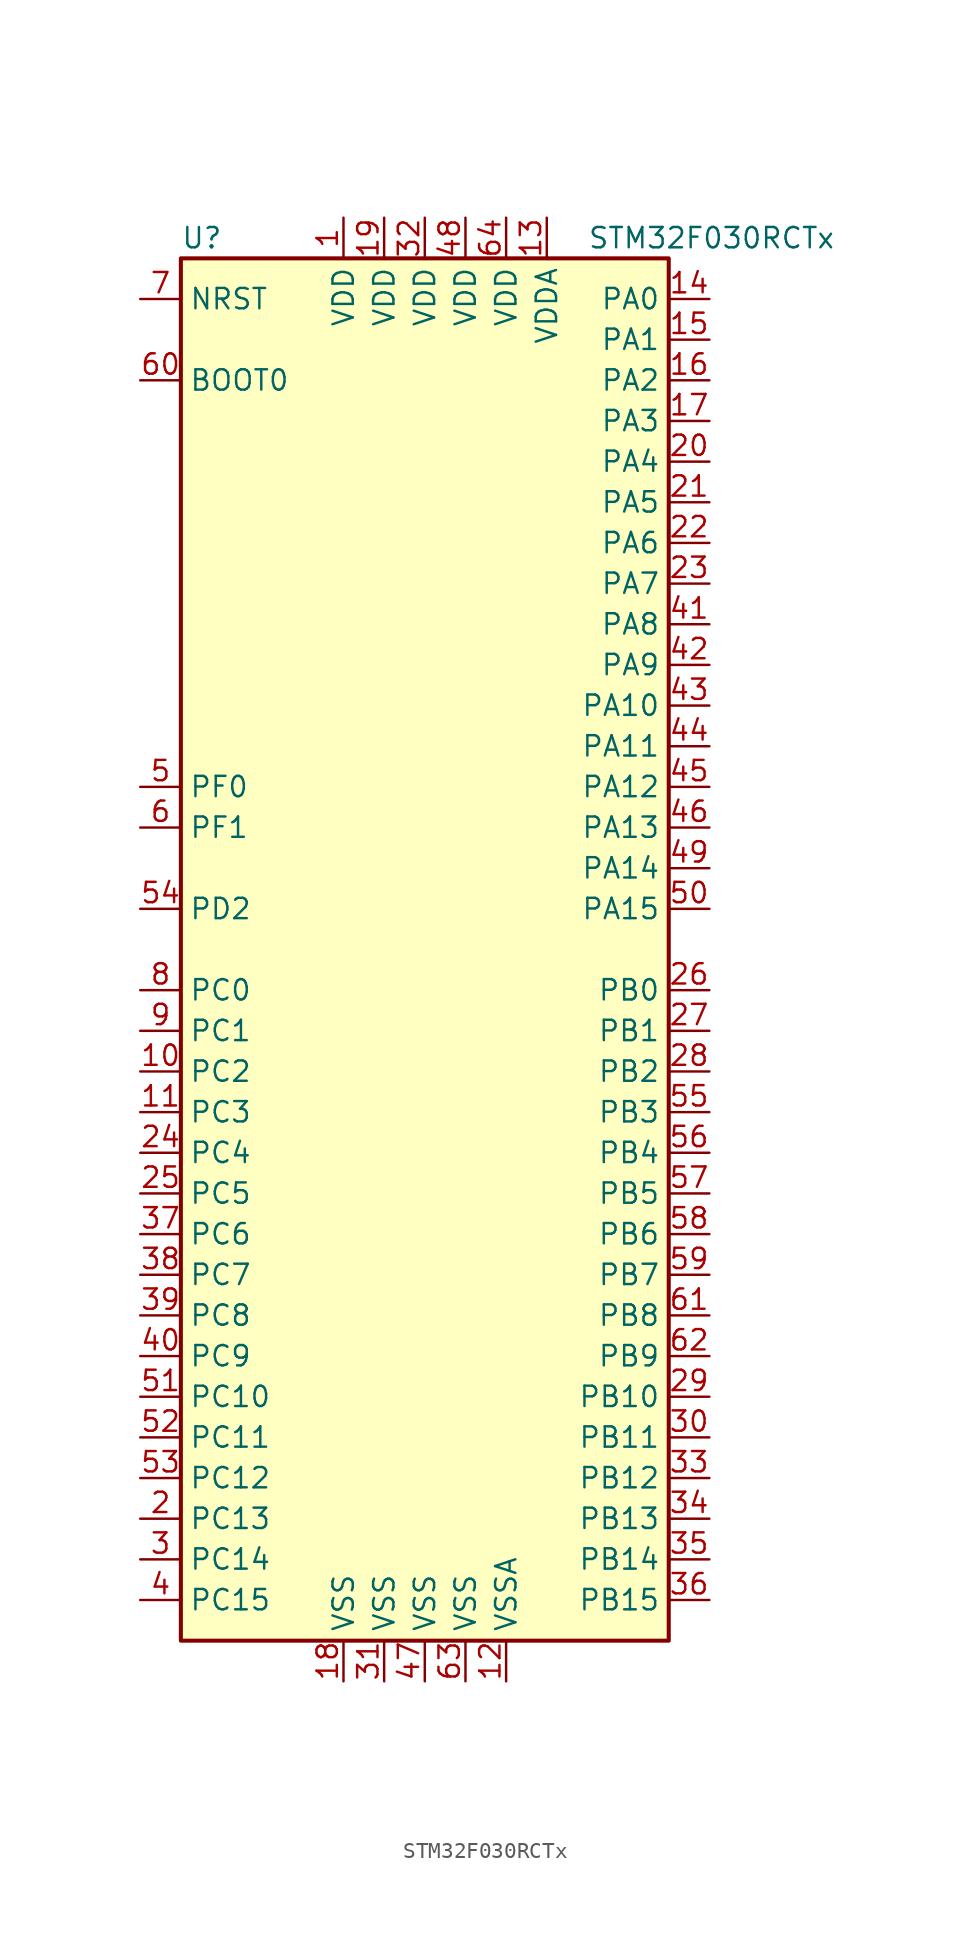
<source format=kicad_sym>
(kicad_symbol_lib
  (version 20201005)
  (generator kicad_symbol_editor)
  (symbol "STM32F030RCTx"
    (property "Reference" "U"
      (at -15.24 44.45 0)
      (effects (font (size 1.27 1.27)) (justify left)))
    (property "Value" "STM32F030RCTx"
      (at 10.16 44.45 0)
      (effects (font (size 1.27 1.27)) (justify left)))
    (symbol "STM32F030RCTx_0_1"
      (rectangle (start -15.24 -43.18) (end 15.24 43.18) (stroke (width 0.254)) (fill (type background))))
    (symbol "STM32F030RCTx_1_1"
      (pin input line (at -17.78 35.56 0) (length 2.54) (name "BOOT0" (effects (font (size 1.27 1.27)))) (number "60" (effects (font (size 1.27 1.27)))))
      (pin input line (at -17.78 40.64 0) (length 2.54) (name "NRST" (effects (font (size 1.27 1.27)))) (number "7" (effects (font (size 1.27 1.27)))))
      (pin bidirectional line (at 17.78 40.64 180) (length 2.54) (name "PA0" (effects (font (size 1.27 1.27)))) (number "14" (effects (font (size 1.27 1.27)))))
      (pin bidirectional line (at 17.78 38.1 180) (length 2.54) (name "PA1" (effects (font (size 1.27 1.27)))) (number "15" (effects (font (size 1.27 1.27)))))
      (pin bidirectional line (at 17.78 15.24 180) (length 2.54) (name "PA10" (effects (font (size 1.27 1.27)))) (number "43" (effects (font (size 1.27 1.27)))))
      (pin bidirectional line (at 17.78 12.7 180) (length 2.54) (name "PA11" (effects (font (size 1.27 1.27)))) (number "44" (effects (font (size 1.27 1.27)))))
      (pin bidirectional line (at 17.78 10.16 180) (length 2.54) (name "PA12" (effects (font (size 1.27 1.27)))) (number "45" (effects (font (size 1.27 1.27)))))
      (pin bidirectional line (at 17.78 7.62 180) (length 2.54) (name "PA13" (effects (font (size 1.27 1.27)))) (number "46" (effects (font (size 1.27 1.27)))))
      (pin bidirectional line (at 17.78 5.08 180) (length 2.54) (name "PA14" (effects (font (size 1.27 1.27)))) (number "49" (effects (font (size 1.27 1.27)))))
      (pin bidirectional line (at 17.78 2.54 180) (length 2.54) (name "PA15" (effects (font (size 1.27 1.27)))) (number "50" (effects (font (size 1.27 1.27)))))
      (pin bidirectional line (at 17.78 35.56 180) (length 2.54) (name "PA2" (effects (font (size 1.27 1.27)))) (number "16" (effects (font (size 1.27 1.27)))))
      (pin bidirectional line (at 17.78 33.02 180) (length 2.54) (name "PA3" (effects (font (size 1.27 1.27)))) (number "17" (effects (font (size 1.27 1.27)))))
      (pin bidirectional line (at 17.78 30.48 180) (length 2.54) (name "PA4" (effects (font (size 1.27 1.27)))) (number "20" (effects (font (size 1.27 1.27)))))
      (pin bidirectional line (at 17.78 27.94 180) (length 2.54) (name "PA5" (effects (font (size 1.27 1.27)))) (number "21" (effects (font (size 1.27 1.27)))))
      (pin bidirectional line (at 17.78 25.4 180) (length 2.54) (name "PA6" (effects (font (size 1.27 1.27)))) (number "22" (effects (font (size 1.27 1.27)))))
      (pin bidirectional line (at 17.78 22.86 180) (length 2.54) (name "PA7" (effects (font (size 1.27 1.27)))) (number "23" (effects (font (size 1.27 1.27)))))
      (pin bidirectional line (at 17.78 20.32 180) (length 2.54) (name "PA8" (effects (font (size 1.27 1.27)))) (number "41" (effects (font (size 1.27 1.27)))))
      (pin bidirectional line (at 17.78 17.78 180) (length 2.54) (name "PA9" (effects (font (size 1.27 1.27)))) (number "42" (effects (font (size 1.27 1.27)))))
      (pin bidirectional line (at 17.78 -2.54 180) (length 2.54) (name "PB0" (effects (font (size 1.27 1.27)))) (number "26" (effects (font (size 1.27 1.27)))))
      (pin bidirectional line (at 17.78 -5.08 180) (length 2.54) (name "PB1" (effects (font (size 1.27 1.27)))) (number "27" (effects (font (size 1.27 1.27)))))
      (pin bidirectional line (at 17.78 -27.94 180) (length 2.54) (name "PB10" (effects (font (size 1.27 1.27)))) (number "29" (effects (font (size 1.27 1.27)))))
      (pin bidirectional line (at 17.78 -30.48 180) (length 2.54) (name "PB11" (effects (font (size 1.27 1.27)))) (number "30" (effects (font (size 1.27 1.27)))))
      (pin bidirectional line (at 17.78 -33.02 180) (length 2.54) (name "PB12" (effects (font (size 1.27 1.27)))) (number "33" (effects (font (size 1.27 1.27)))))
      (pin bidirectional line (at 17.78 -35.56 180) (length 2.54) (name "PB13" (effects (font (size 1.27 1.27)))) (number "34" (effects (font (size 1.27 1.27)))))
      (pin bidirectional line (at 17.78 -38.1 180) (length 2.54) (name "PB14" (effects (font (size 1.27 1.27)))) (number "35" (effects (font (size 1.27 1.27)))))
      (pin bidirectional line (at 17.78 -40.64 180) (length 2.54) (name "PB15" (effects (font (size 1.27 1.27)))) (number "36" (effects (font (size 1.27 1.27)))))
      (pin bidirectional line (at 17.78 -7.62 180) (length 2.54) (name "PB2" (effects (font (size 1.27 1.27)))) (number "28" (effects (font (size 1.27 1.27)))))
      (pin bidirectional line (at 17.78 -10.16 180) (length 2.54) (name "PB3" (effects (font (size 1.27 1.27)))) (number "55" (effects (font (size 1.27 1.27)))))
      (pin bidirectional line (at 17.78 -12.7 180) (length 2.54) (name "PB4" (effects (font (size 1.27 1.27)))) (number "56" (effects (font (size 1.27 1.27)))))
      (pin bidirectional line (at 17.78 -15.24 180) (length 2.54) (name "PB5" (effects (font (size 1.27 1.27)))) (number "57" (effects (font (size 1.27 1.27)))))
      (pin bidirectional line (at 17.78 -17.78 180) (length 2.54) (name "PB6" (effects (font (size 1.27 1.27)))) (number "58" (effects (font (size 1.27 1.27)))))
      (pin bidirectional line (at 17.78 -20.32 180) (length 2.54) (name "PB7" (effects (font (size 1.27 1.27)))) (number "59" (effects (font (size 1.27 1.27)))))
      (pin bidirectional line (at 17.78 -22.86 180) (length 2.54) (name "PB8" (effects (font (size 1.27 1.27)))) (number "61" (effects (font (size 1.27 1.27)))))
      (pin bidirectional line (at 17.78 -25.4 180) (length 2.54) (name "PB9" (effects (font (size 1.27 1.27)))) (number "62" (effects (font (size 1.27 1.27)))))
      (pin bidirectional line (at -17.78 -2.54 0) (length 2.54) (name "PC0" (effects (font (size 1.27 1.27)))) (number "8" (effects (font (size 1.27 1.27)))))
      (pin bidirectional line (at -17.78 -5.08 0) (length 2.54) (name "PC1" (effects (font (size 1.27 1.27)))) (number "9" (effects (font (size 1.27 1.27)))))
      (pin bidirectional line (at -17.78 -27.94 0) (length 2.54) (name "PC10" (effects (font (size 1.27 1.27)))) (number "51" (effects (font (size 1.27 1.27)))))
      (pin bidirectional line (at -17.78 -30.48 0) (length 2.54) (name "PC11" (effects (font (size 1.27 1.27)))) (number "52" (effects (font (size 1.27 1.27)))))
      (pin bidirectional line (at -17.78 -33.02 0) (length 2.54) (name "PC12" (effects (font (size 1.27 1.27)))) (number "53" (effects (font (size 1.27 1.27)))))
      (pin bidirectional line (at -17.78 -35.56 0) (length 2.54) (name "PC13" (effects (font (size 1.27 1.27)))) (number "2" (effects (font (size 1.27 1.27)))))
      (pin bidirectional line (at -17.78 -38.1 0) (length 2.54) (name "PC14" (effects (font (size 1.27 1.27)))) (number "3" (effects (font (size 1.27 1.27)))))
      (pin bidirectional line (at -17.78 -40.64 0) (length 2.54) (name "PC15" (effects (font (size 1.27 1.27)))) (number "4" (effects (font (size 1.27 1.27)))))
      (pin bidirectional line (at -17.78 -7.62 0) (length 2.54) (name "PC2" (effects (font (size 1.27 1.27)))) (number "10" (effects (font (size 1.27 1.27)))))
      (pin bidirectional line (at -17.78 -10.16 0) (length 2.54) (name "PC3" (effects (font (size 1.27 1.27)))) (number "11" (effects (font (size 1.27 1.27)))))
      (pin bidirectional line (at -17.78 -12.7 0) (length 2.54) (name "PC4" (effects (font (size 1.27 1.27)))) (number "24" (effects (font (size 1.27 1.27)))))
      (pin bidirectional line (at -17.78 -15.24 0) (length 2.54) (name "PC5" (effects (font (size 1.27 1.27)))) (number "25" (effects (font (size 1.27 1.27)))))
      (pin bidirectional line (at -17.78 -17.78 0) (length 2.54) (name "PC6" (effects (font (size 1.27 1.27)))) (number "37" (effects (font (size 1.27 1.27)))))
      (pin bidirectional line (at -17.78 -20.32 0) (length 2.54) (name "PC7" (effects (font (size 1.27 1.27)))) (number "38" (effects (font (size 1.27 1.27)))))
      (pin bidirectional line (at -17.78 -22.86 0) (length 2.54) (name "PC8" (effects (font (size 1.27 1.27)))) (number "39" (effects (font (size 1.27 1.27)))))
      (pin bidirectional line (at -17.78 -25.4 0) (length 2.54) (name "PC9" (effects (font (size 1.27 1.27)))) (number "40" (effects (font (size 1.27 1.27)))))
      (pin bidirectional line (at -17.78 2.54 0) (length 2.54) (name "PD2" (effects (font (size 1.27 1.27)))) (number "54" (effects (font (size 1.27 1.27)))))
      (pin input line (at -17.78 10.16 0) (length 2.54) (name "PF0" (effects (font (size 1.27 1.27)))) (number "5" (effects (font (size 1.27 1.27)))))
      (pin input line (at -17.78 7.62 0) (length 2.54) (name "PF1" (effects (font (size 1.27 1.27)))) (number "6" (effects (font (size 1.27 1.27)))))
      (pin power_in line (at -5.08 45.72 270) (length 2.54) (name "VDD" (effects (font (size 1.27 1.27)))) (number "1" (effects (font (size 1.27 1.27)))))
      (pin power_in line (at -2.54 45.72 270) (length 2.54) (name "VDD" (effects (font (size 1.27 1.27)))) (number "19" (effects (font (size 1.27 1.27)))))
      (pin power_in line (at 0 45.72 270) (length 2.54) (name "VDD" (effects (font (size 1.27 1.27)))) (number "32" (effects (font (size 1.27 1.27)))))
      (pin power_in line (at 2.54 45.72 270) (length 2.54) (name "VDD" (effects (font (size 1.27 1.27)))) (number "48" (effects (font (size 1.27 1.27)))))
      (pin power_in line (at 5.08 45.72 270) (length 2.54) (name "VDD" (effects (font (size 1.27 1.27)))) (number "64" (effects (font (size 1.27 1.27)))))
      (pin power_in line (at 7.62 45.72 270) (length 2.54) (name "VDDA" (effects (font (size 1.27 1.27)))) (number "13" (effects (font (size 1.27 1.27)))))
      (pin power_in line (at -5.08 -45.72 90) (length 2.54) (name "VSS" (effects (font (size 1.27 1.27)))) (number "18" (effects (font (size 1.27 1.27)))))
      (pin power_in line (at -2.54 -45.72 90) (length 2.54) (name "VSS" (effects (font (size 1.27 1.27)))) (number "31" (effects (font (size 1.27 1.27)))))
      (pin power_in line (at 0 -45.72 90) (length 2.54) (name "VSS" (effects (font (size 1.27 1.27)))) (number "47" (effects (font (size 1.27 1.27)))))
      (pin power_in line (at 2.54 -45.72 90) (length 2.54) (name "VSS" (effects (font (size 1.27 1.27)))) (number "63" (effects (font (size 1.27 1.27)))))
      (pin power_in line (at 5.08 -45.72 90) (length 2.54) (name "VSSA" (effects (font (size 1.27 1.27)))) (number "12" (effects (font (size 1.27 1.27))))))))
</source>
